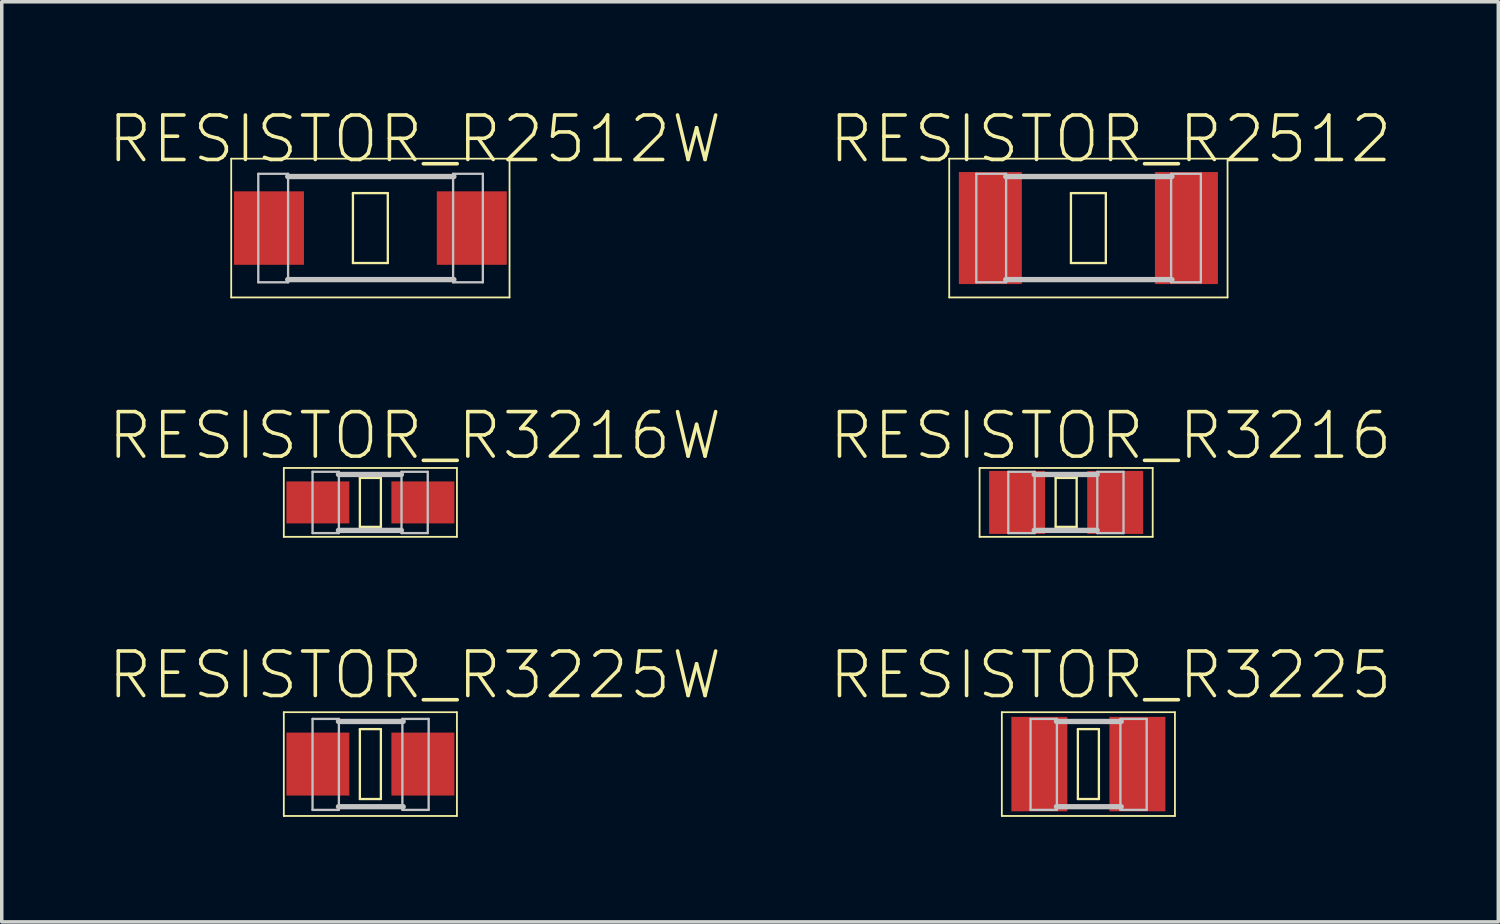
<source format=kicad_pcb>
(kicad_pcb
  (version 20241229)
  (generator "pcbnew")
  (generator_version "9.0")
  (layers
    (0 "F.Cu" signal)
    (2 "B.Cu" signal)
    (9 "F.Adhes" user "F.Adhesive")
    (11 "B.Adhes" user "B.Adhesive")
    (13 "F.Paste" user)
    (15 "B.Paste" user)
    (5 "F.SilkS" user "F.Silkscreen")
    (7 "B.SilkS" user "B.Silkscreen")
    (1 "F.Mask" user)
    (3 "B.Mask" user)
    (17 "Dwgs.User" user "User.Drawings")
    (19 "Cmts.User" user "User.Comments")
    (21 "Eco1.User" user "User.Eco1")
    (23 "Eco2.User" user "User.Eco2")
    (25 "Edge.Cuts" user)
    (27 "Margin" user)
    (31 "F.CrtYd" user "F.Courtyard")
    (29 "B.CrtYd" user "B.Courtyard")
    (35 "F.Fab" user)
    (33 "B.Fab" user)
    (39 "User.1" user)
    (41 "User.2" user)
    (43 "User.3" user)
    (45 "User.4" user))
  (footprint "RESISTOR_R3216"
    (layer "F.Cu")
    (at 27.388 11.294)
    (property "Reference" "RESISTOR_R3216" (at 1.27 -1.905 0) (layer "F.SilkS") (effects (font (size 1.27 1.27) (thickness 0.102))))
    (attr smd)
    (fp_line (start -2.471 -0.983) (end 2.471 -0.983) (stroke (width 0.051) (type solid)) (layer "F.SilkS"))
    (fp_line (start -2.471 0.983) (end -2.471 -0.983) (stroke (width 0.051) (type solid)) (layer "F.SilkS"))
    (fp_line (start -0.3 -0.699) (end 0.3 -0.699) (stroke (width 0.066) (type solid)) (layer "F.SilkS"))
    (fp_line (start -0.3 0.699) (end -0.3 -0.699) (stroke (width 0.066) (type solid)) (layer "F.SilkS"))
    (fp_line (start -0.3 0.699) (end 0.3 0.699) (stroke (width 0.066) (type solid)) (layer "F.SilkS"))
    (fp_line (start 0.3 0.699) (end 0.3 -0.699) (stroke (width 0.066) (type solid)) (layer "F.SilkS"))
    (fp_line (start 2.471 -0.983) (end 2.471 0.983) (stroke (width 0.051) (type solid)) (layer "F.SilkS"))
    (fp_line (start 2.471 0.983) (end -2.471 0.983) (stroke (width 0.051) (type solid)) (layer "F.SilkS"))
    (fp_line (start -1.651 -0.874) (end -0.899 -0.874) (stroke (width 0.066) (type solid)) (layer "Dwgs.User"))
    (fp_line (start -1.651 0.876) (end -1.651 -0.874) (stroke (width 0.066) (type solid)) (layer "Dwgs.User"))
    (fp_line (start -1.651 0.876) (end -0.899 0.876) (stroke (width 0.066) (type solid)) (layer "Dwgs.User"))
    (fp_line (start -0.912 -0.798) (end 0.886 -0.798) (stroke (width 0.152) (type solid)) (layer "Dwgs.User"))
    (fp_line (start -0.912 0.798) (end 0.886 0.798) (stroke (width 0.152) (type solid)) (layer "Dwgs.User"))
    (fp_line (start -0.899 0.876) (end -0.899 -0.874) (stroke (width 0.066) (type solid)) (layer "Dwgs.User"))
    (fp_line (start 0.889 -0.874) (end 1.638 -0.874) (stroke (width 0.066) (type solid)) (layer "Dwgs.User"))
    (fp_line (start 0.889 0.876) (end 0.889 -0.874) (stroke (width 0.066) (type solid)) (layer "Dwgs.User"))
    (fp_line (start 0.889 0.876) (end 1.638 0.876) (stroke (width 0.066) (type solid)) (layer "Dwgs.User"))
    (fp_line (start 1.638 0.876) (end 1.638 -0.874) (stroke (width 0.066) (type solid)) (layer "Dwgs.User"))
    (pad "1" smd rect (at -1.4 0) (size 1.598 1.798) (layers "F.Cu" "F.Mask" "F.Paste"))
    (pad "2" smd rect (at 1.4 0) (size 1.598 1.798) (layers "F.Cu" "F.Mask" "F.Paste")))
  (footprint "RESISTOR_R2512"
    (layer "F.Cu")
    (at 28.023 3.461)
    (property "Reference" "RESISTOR_R2512" (at 0.635 -2.54 0) (layer "F.SilkS") (effects (font (size 1.27 1.27) (thickness 0.102))))
    (attr smd)
    (fp_line (start -3.973 -1.981) (end 3.973 -1.981) (stroke (width 0.051) (type solid)) (layer "F.SilkS"))
    (fp_line (start -3.973 1.981) (end -3.973 -1.981) (stroke (width 0.051) (type solid)) (layer "F.SilkS"))
    (fp_line (start -0.498 -0.998) (end 0.498 -0.998) (stroke (width 0.066) (type solid)) (layer "F.SilkS"))
    (fp_line (start -0.498 0.998) (end -0.498 -0.998) (stroke (width 0.066) (type solid)) (layer "F.SilkS"))
    (fp_line (start -0.498 0.998) (end 0.498 0.998) (stroke (width 0.066) (type solid)) (layer "F.SilkS"))
    (fp_line (start 0.498 0.998) (end 0.498 -0.998) (stroke (width 0.066) (type solid)) (layer "F.SilkS"))
    (fp_line (start 3.973 -1.981) (end 3.973 1.981) (stroke (width 0.051) (type solid)) (layer "F.SilkS"))
    (fp_line (start 3.973 1.981) (end -3.973 1.981) (stroke (width 0.051) (type solid)) (layer "F.SilkS"))
    (fp_line (start -3.2 -1.549) (end -2.349 -1.549) (stroke (width 0.066) (type solid)) (layer "Dwgs.User"))
    (fp_line (start -3.2 1.549) (end -3.2 -1.549) (stroke (width 0.066) (type solid)) (layer "Dwgs.User"))
    (fp_line (start -3.2 1.549) (end -2.349 1.549) (stroke (width 0.066) (type solid)) (layer "Dwgs.User"))
    (fp_line (start -2.36 -1.471) (end 2.385 -1.471) (stroke (width 0.152) (type solid)) (layer "Dwgs.User"))
    (fp_line (start -2.36 1.471) (end 2.385 1.471) (stroke (width 0.152) (type solid)) (layer "Dwgs.User"))
    (fp_line (start -2.349 1.549) (end -2.349 -1.549) (stroke (width 0.066) (type solid)) (layer "Dwgs.User"))
    (fp_line (start 2.362 -1.549) (end 3.211 -1.549) (stroke (width 0.066) (type solid)) (layer "Dwgs.User"))
    (fp_line (start 2.362 1.549) (end 2.362 -1.549) (stroke (width 0.066) (type solid)) (layer "Dwgs.User"))
    (fp_line (start 2.362 1.549) (end 3.211 1.549) (stroke (width 0.066) (type solid)) (layer "Dwgs.User"))
    (fp_line (start 3.211 1.549) (end 3.211 -1.549) (stroke (width 0.066) (type solid)) (layer "Dwgs.User"))
    (pad "1" smd rect (at -2.799 0) (size 1.798 3.198) (layers "F.Cu" "F.Mask" "F.Paste"))
    (pad "2" smd rect (at 2.799 0) (size 1.798 3.198) (layers "F.Cu" "F.Mask" "F.Paste")))
  (footprint "RESISTOR_R2512W"
    (layer "F.Cu")
    (at 7.524 3.461)
    (property "Reference" "RESISTOR_R2512W" (at 1.27 -2.54 0) (layer "F.SilkS") (effects (font (size 1.27 1.27) (thickness 0.102))))
    (attr smd)
    (fp_line (start -3.973 -1.981) (end 3.973 -1.981) (stroke (width 0.051) (type solid)) (layer "F.SilkS"))
    (fp_line (start -3.973 1.981) (end -3.973 -1.981) (stroke (width 0.051) (type solid)) (layer "F.SilkS"))
    (fp_line (start -0.498 -0.998) (end 0.498 -0.998) (stroke (width 0.066) (type solid)) (layer "F.SilkS"))
    (fp_line (start -0.498 0.998) (end -0.498 -0.998) (stroke (width 0.066) (type solid)) (layer "F.SilkS"))
    (fp_line (start -0.498 0.998) (end 0.498 0.998) (stroke (width 0.066) (type solid)) (layer "F.SilkS"))
    (fp_line (start 0.498 0.998) (end 0.498 -0.998) (stroke (width 0.066) (type solid)) (layer "F.SilkS"))
    (fp_line (start 3.973 -1.981) (end 3.973 1.981) (stroke (width 0.051) (type solid)) (layer "F.SilkS"))
    (fp_line (start 3.973 1.981) (end -3.973 1.981) (stroke (width 0.051) (type solid)) (layer "F.SilkS"))
    (fp_line (start -3.2 -1.549) (end -2.349 -1.549) (stroke (width 0.066) (type solid)) (layer "Dwgs.User"))
    (fp_line (start -3.2 1.549) (end -3.2 -1.549) (stroke (width 0.066) (type solid)) (layer "Dwgs.User"))
    (fp_line (start -3.2 1.549) (end -2.349 1.549) (stroke (width 0.066) (type solid)) (layer "Dwgs.User"))
    (fp_line (start -2.36 -1.471) (end 2.385 -1.471) (stroke (width 0.152) (type solid)) (layer "Dwgs.User"))
    (fp_line (start -2.36 1.471) (end 2.385 1.471) (stroke (width 0.152) (type solid)) (layer "Dwgs.User"))
    (fp_line (start -2.349 1.549) (end -2.349 -1.549) (stroke (width 0.066) (type solid)) (layer "Dwgs.User"))
    (fp_line (start 2.362 -1.549) (end 3.211 -1.549) (stroke (width 0.066) (type solid)) (layer "Dwgs.User"))
    (fp_line (start 2.362 1.549) (end 2.362 -1.549) (stroke (width 0.066) (type solid)) (layer "Dwgs.User"))
    (fp_line (start 2.362 1.549) (end 3.211 1.549) (stroke (width 0.066) (type solid)) (layer "Dwgs.User"))
    (fp_line (start 3.211 1.549) (end 3.211 -1.549) (stroke (width 0.066) (type solid)) (layer "Dwgs.User"))
    (pad "1" smd rect (at -2.896 0) (size 1.999 2.098) (layers "F.Cu" "F.Mask" "F.Paste"))
    (pad "2" smd rect (at 2.896 0) (size 1.999 2.098) (layers "F.Cu" "F.Mask" "F.Paste")))
  (footprint "RESISTOR_R3225"
    (layer "F.Cu")
    (at 28.023 18.764)
    (property "Reference" "RESISTOR_R3225" (at 0.635 -2.54 0) (layer "F.SilkS") (effects (font (size 1.27 1.27) (thickness 0.102))))
    (attr smd)
    (fp_line (start -2.471 -1.481) (end 2.471 -1.481) (stroke (width 0.051) (type solid)) (layer "F.SilkS"))
    (fp_line (start -2.471 1.481) (end -2.471 -1.481) (stroke (width 0.051) (type solid)) (layer "F.SilkS"))
    (fp_line (start -0.3 -0.998) (end 0.3 -0.998) (stroke (width 0.066) (type solid)) (layer "F.SilkS"))
    (fp_line (start -0.3 0.998) (end -0.3 -0.998) (stroke (width 0.066) (type solid)) (layer "F.SilkS"))
    (fp_line (start -0.3 0.998) (end 0.3 0.998) (stroke (width 0.066) (type solid)) (layer "F.SilkS"))
    (fp_line (start 0.3 0.998) (end 0.3 -0.998) (stroke (width 0.066) (type solid)) (layer "F.SilkS"))
    (fp_line (start 2.471 -1.481) (end 2.471 1.481) (stroke (width 0.051) (type solid)) (layer "F.SilkS"))
    (fp_line (start 2.471 1.481) (end -2.471 1.481) (stroke (width 0.051) (type solid)) (layer "F.SilkS"))
    (fp_line (start -1.651 -1.29) (end -0.899 -1.29) (stroke (width 0.066) (type solid)) (layer "Dwgs.User"))
    (fp_line (start -1.651 1.308) (end -1.651 -1.29) (stroke (width 0.066) (type solid)) (layer "Dwgs.User"))
    (fp_line (start -1.651 1.308) (end -0.899 1.308) (stroke (width 0.066) (type solid)) (layer "Dwgs.User"))
    (fp_line (start -0.912 -1.217) (end 0.937 -1.217) (stroke (width 0.152) (type solid)) (layer "Dwgs.User"))
    (fp_line (start -0.912 1.217) (end 0.937 1.217) (stroke (width 0.152) (type solid)) (layer "Dwgs.User"))
    (fp_line (start -0.899 1.308) (end -0.899 -1.29) (stroke (width 0.066) (type solid)) (layer "Dwgs.User"))
    (fp_line (start 0.914 -1.29) (end 1.664 -1.29) (stroke (width 0.066) (type solid)) (layer "Dwgs.User"))
    (fp_line (start 0.914 1.308) (end 0.914 -1.29) (stroke (width 0.066) (type solid)) (layer "Dwgs.User"))
    (fp_line (start 0.914 1.308) (end 1.664 1.308) (stroke (width 0.066) (type solid)) (layer "Dwgs.User"))
    (fp_line (start 1.664 1.308) (end 1.664 -1.29) (stroke (width 0.066) (type solid)) (layer "Dwgs.User"))
    (pad "1" smd rect (at -1.4 0) (size 1.598 2.697) (layers "F.Cu" "F.Mask" "F.Paste"))
    (pad "2" smd rect (at 1.4 0) (size 1.598 2.697) (layers "F.Cu" "F.Mask" "F.Paste")))
  (footprint "RESISTOR_R3225W"
    (layer "F.Cu")
    (at 7.524 18.764)
    (property "Reference" "RESISTOR_R3225W" (at 1.27 -2.54 0) (layer "F.SilkS") (effects (font (size 1.27 1.27) (thickness 0.102))))
    (attr smd)
    (fp_line (start -2.471 -1.481) (end 2.471 -1.481) (stroke (width 0.051) (type solid)) (layer "F.SilkS"))
    (fp_line (start -2.471 1.481) (end -2.471 -1.481) (stroke (width 0.051) (type solid)) (layer "F.SilkS"))
    (fp_line (start -0.3 -0.998) (end 0.3 -0.998) (stroke (width 0.066) (type solid)) (layer "F.SilkS"))
    (fp_line (start -0.3 0.998) (end -0.3 -0.998) (stroke (width 0.066) (type solid)) (layer "F.SilkS"))
    (fp_line (start -0.3 0.998) (end 0.3 0.998) (stroke (width 0.066) (type solid)) (layer "F.SilkS"))
    (fp_line (start 0.3 0.998) (end 0.3 -0.998) (stroke (width 0.066) (type solid)) (layer "F.SilkS"))
    (fp_line (start 2.471 -1.481) (end 2.471 1.481) (stroke (width 0.051) (type solid)) (layer "F.SilkS"))
    (fp_line (start 2.471 1.481) (end -2.471 1.481) (stroke (width 0.051) (type solid)) (layer "F.SilkS"))
    (fp_line (start -1.651 -1.29) (end -0.899 -1.29) (stroke (width 0.066) (type solid)) (layer "Dwgs.User"))
    (fp_line (start -1.651 1.308) (end -1.651 -1.29) (stroke (width 0.066) (type solid)) (layer "Dwgs.User"))
    (fp_line (start -1.651 1.308) (end -0.899 1.308) (stroke (width 0.066) (type solid)) (layer "Dwgs.User"))
    (fp_line (start -0.912 -1.217) (end 0.937 -1.217) (stroke (width 0.152) (type solid)) (layer "Dwgs.User"))
    (fp_line (start -0.912 1.217) (end 0.937 1.217) (stroke (width 0.152) (type solid)) (layer "Dwgs.User"))
    (fp_line (start -0.899 1.308) (end -0.899 -1.29) (stroke (width 0.066) (type solid)) (layer "Dwgs.User"))
    (fp_line (start 0.914 -1.29) (end 1.664 -1.29) (stroke (width 0.066) (type solid)) (layer "Dwgs.User"))
    (fp_line (start 0.914 1.308) (end 0.914 -1.29) (stroke (width 0.066) (type solid)) (layer "Dwgs.User"))
    (fp_line (start 0.914 1.308) (end 1.664 1.308) (stroke (width 0.066) (type solid)) (layer "Dwgs.User"))
    (fp_line (start 1.664 1.308) (end 1.664 -1.29) (stroke (width 0.066) (type solid)) (layer "Dwgs.User"))
    (pad "1" smd rect (at -1.499 0) (size 1.798 1.798) (layers "F.Cu" "F.Mask" "F.Paste"))
    (pad "2" smd rect (at 1.499 0) (size 1.798 1.798) (layers "F.Cu" "F.Mask" "F.Paste")))
  (footprint "RESISTOR_R3216W"
    (layer "F.Cu")
    (at 7.524 11.294)
    (property "Reference" "RESISTOR_R3216W" (at 1.27 -1.905 0) (layer "F.SilkS") (effects (font (size 1.27 1.27) (thickness 0.102))))
    (attr smd)
    (fp_line (start -2.471 -0.983) (end 2.471 -0.983) (stroke (width 0.051) (type solid)) (layer "F.SilkS"))
    (fp_line (start -2.471 0.983) (end -2.471 -0.983) (stroke (width 0.051) (type solid)) (layer "F.SilkS"))
    (fp_line (start -0.3 -0.699) (end 0.3 -0.699) (stroke (width 0.066) (type solid)) (layer "F.SilkS"))
    (fp_line (start -0.3 0.699) (end -0.3 -0.699) (stroke (width 0.066) (type solid)) (layer "F.SilkS"))
    (fp_line (start -0.3 0.699) (end 0.3 0.699) (stroke (width 0.066) (type solid)) (layer "F.SilkS"))
    (fp_line (start 0.3 0.699) (end 0.3 -0.699) (stroke (width 0.066) (type solid)) (layer "F.SilkS"))
    (fp_line (start 2.471 -0.983) (end 2.471 0.983) (stroke (width 0.051) (type solid)) (layer "F.SilkS"))
    (fp_line (start 2.471 0.983) (end -2.471 0.983) (stroke (width 0.051) (type solid)) (layer "F.SilkS"))
    (fp_line (start -1.651 -0.874) (end -0.899 -0.874) (stroke (width 0.066) (type solid)) (layer "Dwgs.User"))
    (fp_line (start -1.651 0.876) (end -1.651 -0.874) (stroke (width 0.066) (type solid)) (layer "Dwgs.User"))
    (fp_line (start -1.651 0.876) (end -0.899 0.876) (stroke (width 0.066) (type solid)) (layer "Dwgs.User"))
    (fp_line (start -0.912 -0.798) (end 0.886 -0.798) (stroke (width 0.152) (type solid)) (layer "Dwgs.User"))
    (fp_line (start -0.912 0.798) (end 0.886 0.798) (stroke (width 0.152) (type solid)) (layer "Dwgs.User"))
    (fp_line (start -0.899 0.876) (end -0.899 -0.874) (stroke (width 0.066) (type solid)) (layer "Dwgs.User"))
    (fp_line (start 0.889 -0.874) (end 1.638 -0.874) (stroke (width 0.066) (type solid)) (layer "Dwgs.User"))
    (fp_line (start 0.889 0.876) (end 0.889 -0.874) (stroke (width 0.066) (type solid)) (layer "Dwgs.User"))
    (fp_line (start 0.889 0.876) (end 1.638 0.876) (stroke (width 0.066) (type solid)) (layer "Dwgs.User"))
    (fp_line (start 1.638 0.876) (end 1.638 -0.874) (stroke (width 0.066) (type solid)) (layer "Dwgs.User"))
    (pad "1" smd rect (at -1.499 0) (size 1.798 1.199) (layers "F.Cu" "F.Mask" "F.Paste"))
    (pad "2" smd rect (at 1.499 0) (size 1.798 1.199) (layers "F.Cu" "F.Mask" "F.Paste")))
  (gr_rect
    (start -3 -3)
    (end 39.726 23.27)
    (stroke (width 0.1) (type default))
    (fill no)
    (layer "Edge.Cuts")))
</source>
